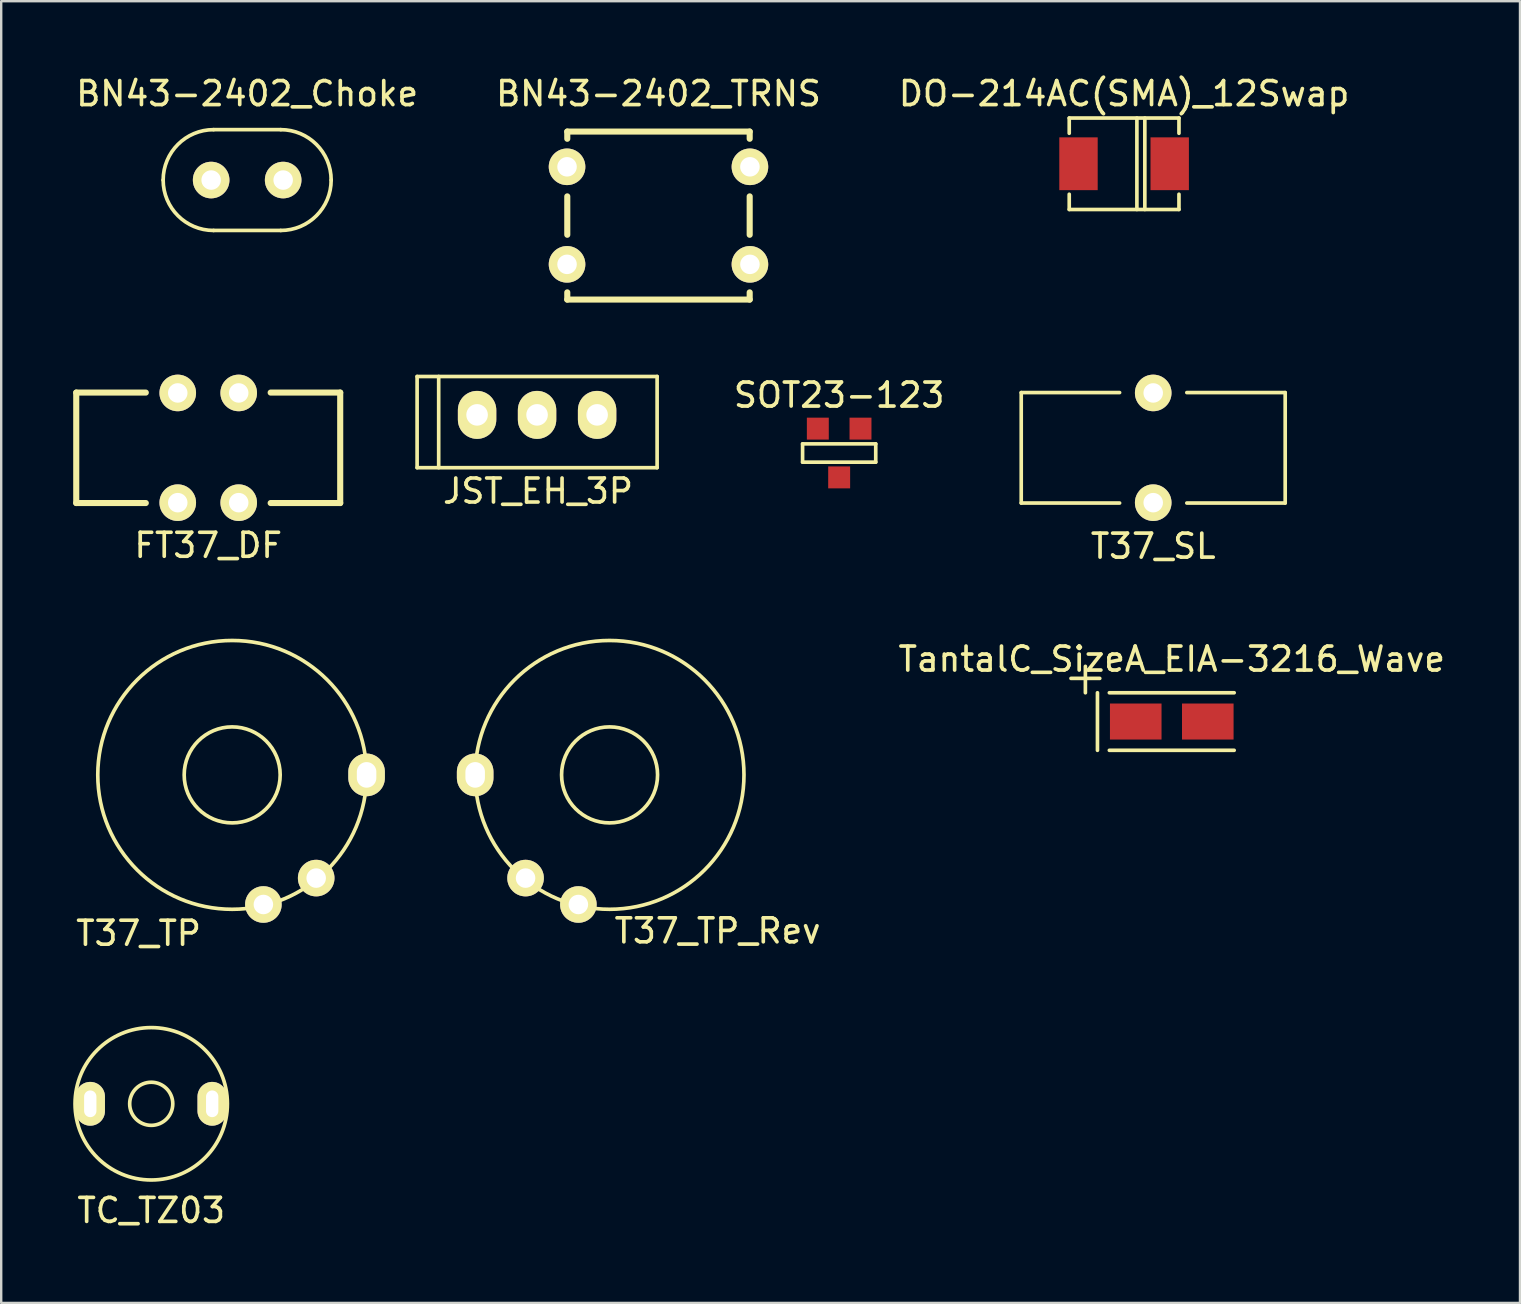
<source format=kicad_pcb>
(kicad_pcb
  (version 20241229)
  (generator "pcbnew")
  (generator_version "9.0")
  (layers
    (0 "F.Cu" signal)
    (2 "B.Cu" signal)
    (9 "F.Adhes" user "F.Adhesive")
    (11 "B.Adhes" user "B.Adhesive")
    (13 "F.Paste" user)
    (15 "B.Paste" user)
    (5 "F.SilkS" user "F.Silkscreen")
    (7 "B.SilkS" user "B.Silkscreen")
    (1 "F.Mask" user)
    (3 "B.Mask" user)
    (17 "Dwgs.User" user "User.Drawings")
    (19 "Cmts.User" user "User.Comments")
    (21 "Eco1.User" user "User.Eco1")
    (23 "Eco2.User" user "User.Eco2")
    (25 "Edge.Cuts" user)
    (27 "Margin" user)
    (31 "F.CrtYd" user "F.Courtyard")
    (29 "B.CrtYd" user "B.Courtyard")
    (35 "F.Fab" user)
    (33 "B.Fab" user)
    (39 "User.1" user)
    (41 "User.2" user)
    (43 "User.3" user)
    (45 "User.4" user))
  (footprint "T37_TP"
    (layer "F.Cu")
    (at 6.624 29.236)
    (property "Reference" "T37_TP" (at -3.9 6.6 0) (layer "F.SilkS") (effects (font (size 1 1) (thickness 0.152))))
    (attr through_hole)
    (fp_circle (center 0 0) (end 2 0) (stroke (width 0.152) (type solid)) (fill no) (layer "F.SilkS"))
    (fp_circle (center 0 0) (end 5.6 0) (stroke (width 0.152) (type solid)) (fill no) (layer "F.SilkS"))
    (pad "1" thru_hole circle (at 1.3 5.4) (size 1.524 1.524) (drill 0.813) (layers "*.Cu" "*.Mask" "F.SilkS"))
    (pad "2" thru_hole circle (at 3.5 4.3) (size 1.524 1.524) (drill 0.813) (layers "*.Cu" "*.Mask" "F.SilkS"))
    (pad "3" thru_hole oval (at 5.6 0) (size 1.524 1.778) (drill oval 0.813 1.067) (layers "*.Cu" "*.Mask" "F.SilkS")))
  (footprint "BN43-2402_Choke"
    (layer "F.Cu")
    (at 7.248 4.452)
    (property "Reference" "BN43-2402_Choke" (at 0 -3.6 0) (layer "F.SilkS") (effects (font (size 1 1) (thickness 0.152))))
    (attr through_hole)
    (fp_line (start -1.4 -2.1) (end 1.4 -2.1) (stroke (width 0.152) (type solid)) (layer "F.SilkS"))
    (fp_line (start 1.4 2.1) (end -1.4 2.1) (stroke (width 0.152) (type solid)) (layer "F.SilkS"))
    (fp_arc (start -3.5 0) (mid -2.884924 -1.484924) (end -1.4 -2.1) (stroke (width 0.1524) (type solid)) (layer "F.SilkS"))
    (fp_arc (start -1.4 2.1) (mid -2.884924 1.484924) (end -3.5 0) (stroke (width 0.1524) (type solid)) (layer "F.SilkS"))
    (fp_arc (start 1.4 -2.1) (mid 2.884924 -1.484924) (end 3.5 0) (stroke (width 0.1524) (type solid)) (layer "F.SilkS"))
    (fp_arc (start 3.5 0) (mid 2.884924 1.484924) (end 1.4 2.1) (stroke (width 0.1524) (type solid)) (layer "F.SilkS"))
    (pad "1" thru_hole circle (at -1.5 0) (size 1.524 1.524) (drill 0.813) (layers "*.Cu" "*.Mask" "F.SilkS"))
    (pad "2" thru_hole circle (at 1.5 0) (size 1.524 1.524) (drill 0.813) (layers "*.Cu" "*.Mask" "F.SilkS")))
  (footprint "BN43-2402_TRNS"
    (layer "F.Cu")
    (at 24.386 5.932)
    (property "Reference" "BN43-2402_TRNS" (at 0 -5.08 0) (layer "F.SilkS") (effects (font (size 1 1) (thickness 0.152))))
    (attr through_hole)
    (fp_line (start -3.8 -3.5) (end 3.8 -3.5) (stroke (width 0.254) (type solid)) (layer "F.SilkS"))
    (fp_line (start -3.8 -3.2) (end -3.8 -3.5) (stroke (width 0.254) (type solid)) (layer "F.SilkS"))
    (fp_line (start -3.8 -0.8) (end -3.8 0.8) (stroke (width 0.254) (type solid)) (layer "F.SilkS"))
    (fp_line (start -3.8 3.2) (end -3.8 3.5) (stroke (width 0.254) (type solid)) (layer "F.SilkS"))
    (fp_line (start 3.8 -3.2) (end 3.8 -3.5) (stroke (width 0.254) (type solid)) (layer "F.SilkS"))
    (fp_line (start 3.8 -0.8) (end 3.8 0.8) (stroke (width 0.254) (type solid)) (layer "F.SilkS"))
    (fp_line (start 3.8 3.2) (end 3.8 3.5) (stroke (width 0.254) (type solid)) (layer "F.SilkS"))
    (fp_line (start 3.8 3.5) (end -3.8 3.5) (stroke (width 0.254) (type solid)) (layer "F.SilkS"))
    (pad "1" thru_hole circle (at -3.81 2.032) (size 1.524 1.524) (drill 0.813) (layers "*.Cu" "*.Mask" "F.SilkS"))
    (pad "2" thru_hole circle (at -3.81 -2.032) (size 1.524 1.524) (drill 0.813) (layers "*.Cu" "*.Mask" "F.SilkS"))
    (pad "3" thru_hole circle (at 3.81 2.032) (size 1.524 1.524) (drill 0.813) (layers "*.Cu" "*.Mask" "F.SilkS"))
    (pad "4" thru_hole circle (at 3.81 -2.032) (size 1.524 1.524) (drill 0.813) (layers "*.Cu" "*.Mask" "F.SilkS")))
  (footprint "TantalC_SizeA_EIA-3216_Wave"
    (layer "F.Cu")
    (at 45.772 27.013)
    (property "Reference" "TantalC_SizeA_EIA-3216_Wave" (at 0 -2.6 0) (layer "F.SilkS") (effects (font (size 1 1) (thickness 0.152))))
    (attr smd)
    (fp_line (start -4.199 -1.798) (end -3 -1.798) (stroke (width 0.152) (type solid)) (layer "F.SilkS"))
    (fp_line (start -3.599 -2.299) (end -3.599 -1.199) (stroke (width 0.152) (type solid)) (layer "F.SilkS"))
    (fp_line (start -3.096 -1.199) (end -3.096 1.199) (stroke (width 0.152) (type solid)) (layer "F.SilkS"))
    (fp_line (start -2.601 1.199) (end 2.601 1.199) (stroke (width 0.152) (type solid)) (layer "F.SilkS"))
    (fp_line (start 2.601 -1.199) (end -2.601 -1.199) (stroke (width 0.152) (type solid)) (layer "F.SilkS"))
    (pad "1" smd rect (at -1.501 0) (size 2.149 1.501) (layers "F.Cu" "F.Mask" "F.Paste"))
    (pad "2" smd rect (at 1.501 0) (size 2.149 1.501) (layers "F.Cu" "F.Mask" "F.Paste")))
  (footprint "T37_TP_Rev"
    (layer "F.Cu")
    (at 22.348 29.236)
    (property "Reference" "T37_TP_Rev" (at 4.5 6.5 0) (layer "F.SilkS") (effects (font (size 1 1) (thickness 0.152))))
    (attr through_hole)
    (fp_circle (center 0 0) (end 2 0) (stroke (width 0.152) (type solid)) (fill no) (layer "F.SilkS"))
    (fp_circle (center 0 0) (end 5.6 0) (stroke (width 0.152) (type solid)) (fill no) (layer "F.SilkS"))
    (pad "1" thru_hole circle (at -1.3 5.4) (size 1.524 1.524) (drill 0.813) (layers "*.Cu" "*.Mask" "F.SilkS"))
    (pad "2" thru_hole circle (at -3.5 4.3) (size 1.524 1.524) (drill 0.813) (layers "*.Cu" "*.Mask" "F.SilkS"))
    (pad "3" thru_hole oval (at -5.6 0) (size 1.524 1.778) (drill oval 0.813 1.067) (layers "*.Cu" "*.Mask" "F.SilkS")))
  (footprint "FT37_DF"
    (layer "F.Cu")
    (at 5.626 15.608)
    (property "Reference" "FT37_DF" (at 0 4.064 0) (layer "F.SilkS") (effects (font (size 1 1) (thickness 0.152))))
    (attr through_hole)
    (fp_line (start -5.499 2.301) (end -5.499 -2.301) (stroke (width 0.254) (type solid)) (layer "F.SilkS"))
    (fp_line (start -2.601 -2.301) (end -5.499 -2.301) (stroke (width 0.254) (type solid)) (layer "F.SilkS"))
    (fp_line (start -2.601 2.301) (end -5.499 2.301) (stroke (width 0.254) (type solid)) (layer "F.SilkS"))
    (fp_line (start 2.601 -2.301) (end 5.499 -2.301) (stroke (width 0.254) (type solid)) (layer "F.SilkS"))
    (fp_line (start 5.499 -2.301) (end 5.499 2.301) (stroke (width 0.254) (type solid)) (layer "F.SilkS"))
    (fp_line (start 5.499 2.301) (end 2.601 2.301) (stroke (width 0.254) (type solid)) (layer "F.SilkS"))
    (pad "1" thru_hole circle (at -1.27 2.286) (size 1.524 1.524) (drill 0.813) (layers "*.Cu" "*.Mask" "F.SilkS"))
    (pad "2" thru_hole circle (at 1.27 2.286) (size 1.524 1.524) (drill 0.813) (layers "*.Cu" "*.Mask" "F.SilkS"))
    (pad "3" thru_hole circle (at -1.27 -2.286) (size 1.524 1.524) (drill 0.813) (layers "*.Cu" "*.Mask" "F.SilkS"))
    (pad "4" thru_hole circle (at 1.27 -2.286) (size 1.524 1.524) (drill 0.813) (layers "*.Cu" "*.Mask" "F.SilkS")))
  (footprint "JST_EH_3P"
    (layer "F.Cu")
    (at 16.828 14.236)
    (property "Reference" "JST_EH_3P" (at 2.54 3.175 0) (layer "F.SilkS") (effects (font (size 1 1) (thickness 0.152))))
    (attr through_hole)
    (fp_line (start -2.499 -1.6) (end -2.499 2.2) (stroke (width 0.152) (type solid)) (layer "F.SilkS"))
    (fp_line (start -2.499 -1.6) (end 7.501 -1.6) (stroke (width 0.152) (type solid)) (layer "F.SilkS"))
    (fp_line (start -1.6 -1.6) (end -1.6 2.2) (stroke (width 0.152) (type solid)) (layer "F.SilkS"))
    (fp_line (start 7.501 -1.6) (end 7.501 2.2) (stroke (width 0.152) (type solid)) (layer "F.SilkS"))
    (fp_line (start 7.501 2.2) (end -2.499 2.2) (stroke (width 0.152) (type solid)) (layer "F.SilkS"))
    (pad "1" thru_hole oval (at 0 0) (size 1.6 1.999) (drill 0.899) (layers "*.Cu" "*.Mask" "F.SilkS"))
    (pad "2" thru_hole oval (at 2.499 0) (size 1.6 1.999) (drill 0.899) (layers "*.Cu" "*.Mask" "F.SilkS"))
    (pad "3" thru_hole oval (at 5.001 0) (size 1.6 1.999) (drill 0.899) (layers "*.Cu" "*.Mask" "F.SilkS")))
  (footprint "SOT23-123"
    (layer "F.Cu")
    (at 31.914 15.825)
    (property "Reference" "SOT23-123" (at 0 -2.413 0) (layer "F.SilkS") (effects (font (size 1 1) (thickness 0.152))))
    (attr smd)
    (fp_line (start -1.524 -0.381) (end 1.524 -0.381) (stroke (width 0.152) (type solid)) (layer "F.SilkS"))
    (fp_line (start -1.524 0.381) (end -1.524 -0.381) (stroke (width 0.152) (type solid)) (layer "F.SilkS"))
    (fp_line (start 1.524 -0.381) (end 1.524 0.381) (stroke (width 0.152) (type solid)) (layer "F.SilkS"))
    (fp_line (start 1.524 0.381) (end -1.524 0.381) (stroke (width 0.152) (type solid)) (layer "F.SilkS"))
    (pad "1" smd rect (at 0.889 -1.016) (size 0.914 0.914) (layers "F.Cu" "F.Mask" "F.Paste"))
    (pad "2" smd rect (at -0.889 -1.016) (size 0.914 0.914) (layers "F.Cu" "F.Mask" "F.Paste"))
    (pad "3" smd rect (at 0 1.016) (size 0.914 0.914) (layers "F.Cu" "F.Mask" "F.Paste")))
  (footprint "T37_SL"
    (layer "F.Cu")
    (at 44.999 15.608)
    (property "Reference" "T37_SL" (at 0 4.1 0) (layer "F.SilkS") (effects (font (size 1 1) (thickness 0.152))))
    (attr through_hole)
    (fp_line (start -5.499 -2.301) (end -1.4 -2.301) (stroke (width 0.152) (type solid)) (layer "F.SilkS"))
    (fp_line (start -5.499 2.301) (end -5.499 -2.301) (stroke (width 0.152) (type solid)) (layer "F.SilkS"))
    (fp_line (start -5.499 2.301) (end -1.4 2.301) (stroke (width 0.152) (type solid)) (layer "F.SilkS"))
    (fp_line (start 1.4 -2.301) (end 5.499 -2.301) (stroke (width 0.152) (type solid)) (layer "F.SilkS"))
    (fp_line (start 5.499 -2.301) (end 5.499 2.301) (stroke (width 0.152) (type solid)) (layer "F.SilkS"))
    (fp_line (start 5.499 2.301) (end 1.4 2.301) (stroke (width 0.152) (type solid)) (layer "F.SilkS"))
    (pad "1" thru_hole circle (at 0 2.286) (size 1.524 1.524) (drill 0.813) (layers "*.Cu" "*.Mask" "F.SilkS"))
    (pad "2" thru_hole circle (at 0 -2.286) (size 1.524 1.524) (drill 0.813) (layers "*.Cu" "*.Mask" "F.SilkS")))
  (footprint "DO-214AC(SMA)_12Swap"
    (layer "F.Cu")
    (at 43.786 3.773)
    (property "Reference" "DO-214AC(SMA)_12Swap" (at 0 -2.921 0) (layer "F.SilkS") (effects (font (size 1 1) (thickness 0.152))))
    (attr smd)
    (fp_line (start -2.286 -1.905) (end 2.286 -1.905) (stroke (width 0.152) (type solid)) (layer "F.SilkS"))
    (fp_line (start -2.286 -1.27) (end -2.286 -1.905) (stroke (width 0.152) (type solid)) (layer "F.SilkS"))
    (fp_line (start -2.286 1.27) (end -2.286 1.905) (stroke (width 0.152) (type solid)) (layer "F.SilkS"))
    (fp_line (start -2.286 1.905) (end 2.286 1.905) (stroke (width 0.152) (type solid)) (layer "F.SilkS"))
    (fp_line (start 0.533 1.905) (end 0.533 -1.905) (stroke (width 0.152) (type solid)) (layer "F.SilkS"))
    (fp_line (start 0.864 1.905) (end 0.864 -1.905) (stroke (width 0.152) (type solid)) (layer "F.SilkS"))
    (fp_line (start 2.286 -1.905) (end 2.286 -1.27) (stroke (width 0.152) (type solid)) (layer "F.SilkS"))
    (fp_line (start 2.286 1.905) (end 2.286 1.27) (stroke (width 0.152) (type solid)) (layer "F.SilkS"))
    (pad "1" smd rect (at 1.9 0) (size 1.6 2.2) (layers "F.Cu" "F.Mask" "F.Paste"))
    (pad "2" smd rect (at -1.9 0) (size 1.6 2.2) (layers "F.Cu" "F.Mask" "F.Paste")))
  (footprint "TC_TZ03"
    (layer "F.Cu")
    (at 3.251 42.94)
    (property "Reference" "TC_TZ03" (at 0 4.445 0) (layer "F.SilkS") (effects (font (size 1 1) (thickness 0.152))))
    (attr through_hole)
    (fp_circle (center 0 0) (end 0.635 0.635) (stroke (width 0.152) (type solid)) (fill no) (layer "F.SilkS"))
    (fp_circle (center 0 0) (end 3.175 0) (stroke (width 0.152) (type solid)) (fill no) (layer "F.SilkS"))
    (pad "1" thru_hole oval (at 2.54 0) (size 1.224 1.824) (drill oval 0.513 1.113) (layers "*.Cu" "*.Mask" "F.SilkS"))
    (pad "2" thru_hole oval (at -2.54 0) (size 1.224 1.824) (drill oval 0.513 1.113) (layers "*.Cu" "*.Mask" "F.SilkS")))
  (gr_rect
    (start -3 -3)
    (end 60.281 51.237)
    (stroke (width 0.1) (type default))
    (fill no)
    (layer "Edge.Cuts")))
</source>
